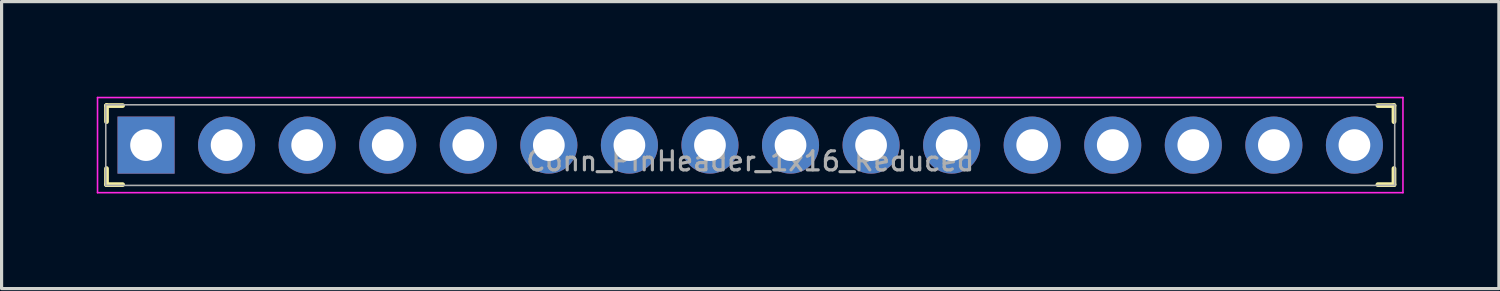
<source format=kicad_pcb>
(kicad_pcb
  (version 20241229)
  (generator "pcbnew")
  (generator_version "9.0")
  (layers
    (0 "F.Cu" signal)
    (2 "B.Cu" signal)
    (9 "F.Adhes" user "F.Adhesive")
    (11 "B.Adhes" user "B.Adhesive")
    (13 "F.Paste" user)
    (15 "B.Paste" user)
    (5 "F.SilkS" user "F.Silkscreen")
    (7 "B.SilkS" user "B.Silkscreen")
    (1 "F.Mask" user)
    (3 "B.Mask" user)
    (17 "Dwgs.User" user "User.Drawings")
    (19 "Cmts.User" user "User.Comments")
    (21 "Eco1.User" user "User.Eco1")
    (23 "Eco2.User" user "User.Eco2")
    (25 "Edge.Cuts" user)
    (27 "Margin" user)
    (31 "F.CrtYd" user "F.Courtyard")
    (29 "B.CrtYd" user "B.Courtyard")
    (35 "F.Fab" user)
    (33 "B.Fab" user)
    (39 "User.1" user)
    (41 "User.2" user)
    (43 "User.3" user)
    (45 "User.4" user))
  (footprint "Conn_PinHeader_1x16_Reduced"
    (layer "F.Cu")
    (at 20.605 1.525)
    (property "Reference" "Conn_PinHeader_1x16_Reduced" (at 0 0.508 180) (layer "F.Fab") (effects (font (size 0.6 0.6) (thickness 0.1))))
    (attr through_hole)
    (fp_line (start -20.297 -1.247) (end -20.297 -0.739) (stroke (width 0.15) (type solid)) (layer "F.SilkS"))
    (fp_line (start -20.297 -1.247) (end -19.789 -1.247) (stroke (width 0.15) (type solid)) (layer "F.SilkS"))
    (fp_line (start -20.297 0.739) (end -20.297 1.247) (stroke (width 0.15) (type solid)) (layer "F.SilkS"))
    (fp_line (start -20.297 1.247) (end -19.789 1.247) (stroke (width 0.15) (type solid)) (layer "F.SilkS"))
    (fp_line (start 19.789 -1.247) (end 20.297 -1.247) (stroke (width 0.15) (type solid)) (layer "F.SilkS"))
    (fp_line (start 19.789 1.247) (end 20.297 1.247) (stroke (width 0.15) (type solid)) (layer "F.SilkS"))
    (fp_line (start 20.297 -1.247) (end 20.297 -0.739) (stroke (width 0.15) (type solid)) (layer "F.SilkS"))
    (fp_line (start 20.297 0.739) (end 20.297 1.247) (stroke (width 0.15) (type solid)) (layer "F.SilkS"))
    (fp_line (start -20.58 -1.5) (end -20.58 1.5) (stroke (width 0.05) (type solid)) (layer "F.CrtYd"))
    (fp_line (start -20.58 -1.5) (end 20.58 -1.5) (stroke (width 0.05) (type solid)) (layer "F.CrtYd"))
    (fp_line (start 20.58 1.5) (end -20.58 1.5) (stroke (width 0.05) (type solid)) (layer "F.CrtYd"))
    (fp_line (start 20.58 1.5) (end 20.58 -1.5) (stroke (width 0.05) (type solid)) (layer "F.CrtYd"))
    (fp_line (start -20.32 -1.27) (end 20.32 -1.27) (stroke (width 0.05) (type solid)) (layer "F.Fab"))
    (fp_line (start -20.32 1.27) (end -20.32 -1.27) (stroke (width 0.05) (type solid)) (layer "F.Fab"))
    (fp_line (start -20.32 1.27) (end 20.32 1.27) (stroke (width 0.05) (type solid)) (layer "F.Fab"))
    (fp_line (start 20.32 -1.27) (end 20.32 1.27) (stroke (width 0.05) (type solid)) (layer "F.Fab"))
    (fp_text user "${REFERENCE}" (at 0 0 180) (layer "Eco1.User") (effects (font (size 0.3 0.3) (thickness 0.03))))
    (pad "1" thru_hole rect (at -19.05 0) (size 1.8 1.8) (drill 1) (layers "*.Cu" "*.Mask"))
    (pad "2" thru_hole circle (at -16.51 0) (size 1.8 1.8) (drill 1) (layers "*.Cu" "*.Mask"))
    (pad "3" thru_hole circle (at -13.97 0) (size 1.8 1.8) (drill 1) (layers "*.Cu" "*.Mask"))
    (pad "4" thru_hole circle (at -11.43 0) (size 1.8 1.8) (drill 1) (layers "*.Cu" "*.Mask"))
    (pad "5" thru_hole circle (at -8.89 0) (size 1.8 1.8) (drill 1) (layers "*.Cu" "*.Mask"))
    (pad "6" thru_hole circle (at -6.35 0) (size 1.8 1.8) (drill 1) (layers "*.Cu" "*.Mask"))
    (pad "7" thru_hole circle (at -3.81 0) (size 1.8 1.8) (drill 1) (layers "*.Cu" "*.Mask"))
    (pad "8" thru_hole circle (at -1.27 0) (size 1.8 1.8) (drill 1) (layers "*.Cu" "*.Mask"))
    (pad "9" thru_hole circle (at 1.27 0) (size 1.8 1.8) (drill 1) (layers "*.Cu" "*.Mask"))
    (pad "10" thru_hole circle (at 3.81 0) (size 1.8 1.8) (drill 1) (layers "*.Cu" "*.Mask"))
    (pad "11" thru_hole circle (at 6.35 0) (size 1.8 1.8) (drill 1) (layers "*.Cu" "*.Mask"))
    (pad "12" thru_hole circle (at 8.89 0) (size 1.8 1.8) (drill 1) (layers "*.Cu" "*.Mask"))
    (pad "13" thru_hole circle (at 11.43 0) (size 1.8 1.8) (drill 1) (layers "*.Cu" "*.Mask"))
    (pad "14" thru_hole circle (at 13.97 0) (size 1.8 1.8) (drill 1) (layers "*.Cu" "*.Mask"))
    (pad "15" thru_hole circle (at 16.51 0) (size 1.8 1.8) (drill 1) (layers "*.Cu" "*.Mask"))
    (pad "16" thru_hole circle (at 19.05 0) (size 1.8 1.8) (drill 1) (layers "*.Cu" "*.Mask")))
  (gr_rect
    (start -3 -3)
    (end 44.21 6.05)
    (stroke (width 0.1) (type default))
    (fill no)
    (layer "Edge.Cuts")))
</source>
